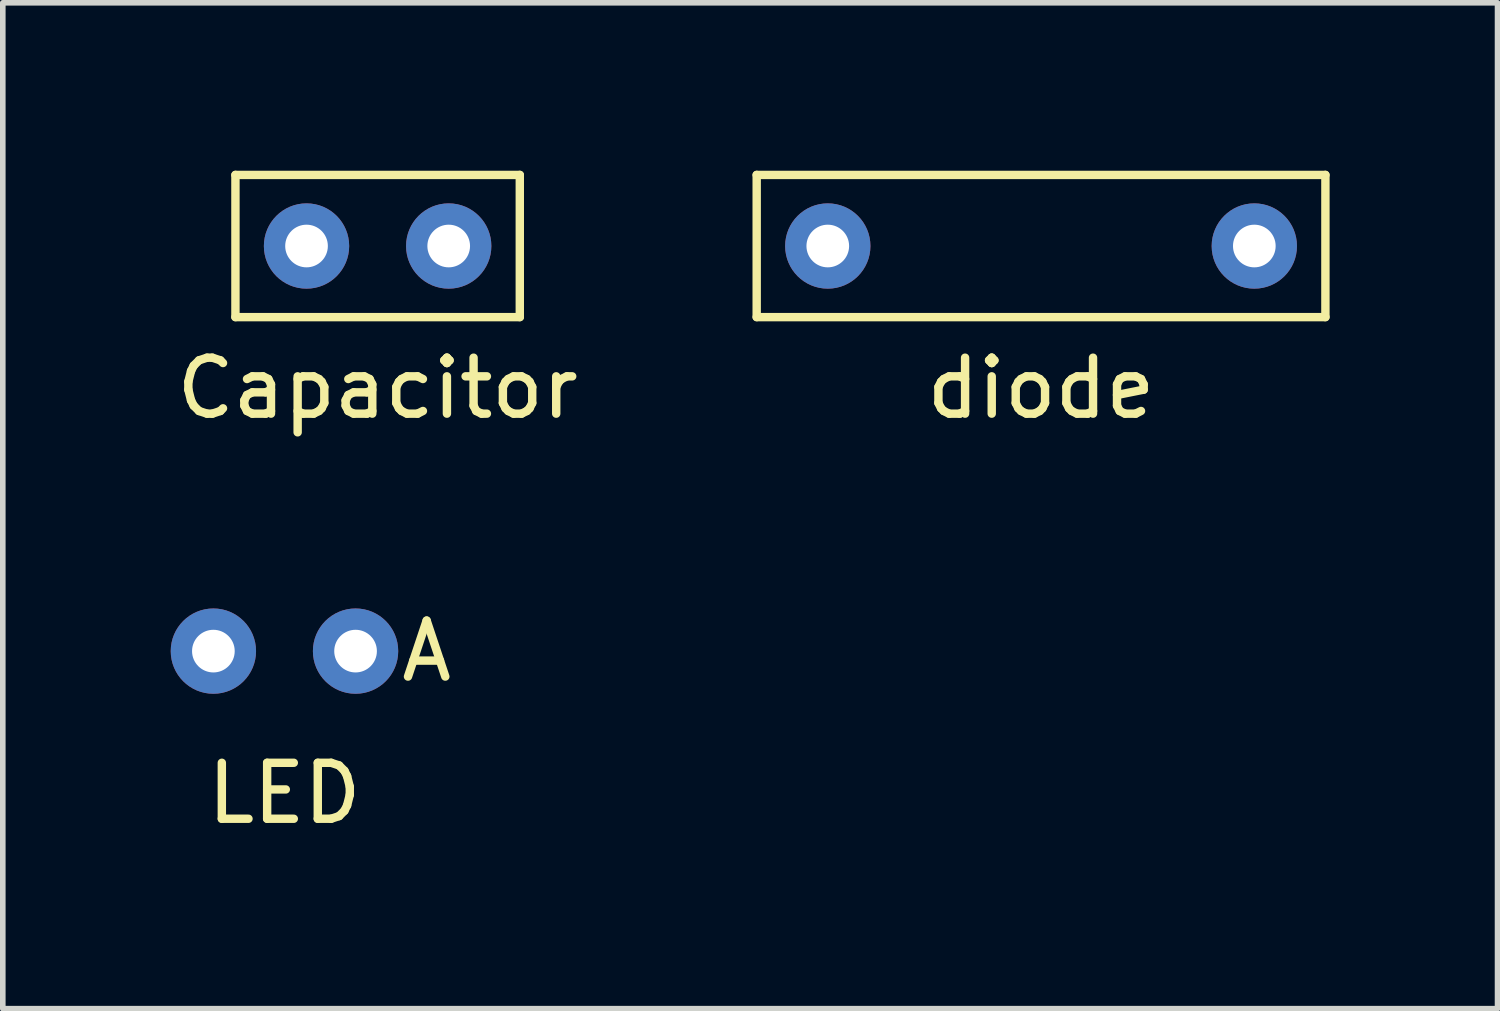
<source format=kicad_pcb>
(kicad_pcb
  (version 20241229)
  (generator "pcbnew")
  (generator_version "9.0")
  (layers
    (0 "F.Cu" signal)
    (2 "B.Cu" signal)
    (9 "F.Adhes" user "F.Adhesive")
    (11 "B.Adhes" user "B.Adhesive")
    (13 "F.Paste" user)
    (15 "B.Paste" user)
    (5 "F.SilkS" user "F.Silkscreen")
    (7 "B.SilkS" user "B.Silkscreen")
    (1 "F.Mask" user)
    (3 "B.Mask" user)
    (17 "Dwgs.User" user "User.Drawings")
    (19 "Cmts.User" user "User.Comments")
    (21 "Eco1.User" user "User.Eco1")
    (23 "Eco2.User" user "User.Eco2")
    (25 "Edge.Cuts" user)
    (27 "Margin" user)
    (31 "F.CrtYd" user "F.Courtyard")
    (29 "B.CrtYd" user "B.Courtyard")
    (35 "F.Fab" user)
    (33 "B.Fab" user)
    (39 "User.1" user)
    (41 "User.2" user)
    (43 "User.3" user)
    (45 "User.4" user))
  (footprint "LED"
    (layer "F.Cu")
    (at 2.032 8.582)
    (property "Reference" "LED" (at 0 2.54 0) (layer "F.SilkS") (effects (font (size 1 1) (thickness 0.15))))
    (attr through_hole)
    (fp_text user "A" (at 2.54 0 0) (layer "F.SilkS") (effects (font (size 1 1) (thickness 0.15))))
    (pad "1" thru_hole circle (at -1.27 0) (size 1.524 1.524) (drill 0.762) (layers "*.Cu" "*.Mask"))
    (pad "2" thru_hole circle (at 1.27 0) (size 1.524 1.524) (drill 0.762) (layers "*.Cu" "*.Mask")))
  (footprint "diode"
    (layer "F.Cu")
    (at 15.548 1.345)
    (property "Reference" "diode" (at 0 2.54 0) (layer "F.SilkS") (effects (font (size 1 1) (thickness 0.15))))
    (attr through_hole)
    (fp_line (start -5.08 -1.27) (end -5.08 1.27) (stroke (width 0.15) (type solid)) (layer "F.SilkS"))
    (fp_line (start -5.08 1.27) (end 5.08 1.27) (stroke (width 0.15) (type solid)) (layer "F.SilkS"))
    (fp_line (start 5.08 -1.27) (end -5.08 -1.27) (stroke (width 0.15) (type solid)) (layer "F.SilkS"))
    (fp_line (start 5.08 1.27) (end 5.08 -1.27) (stroke (width 0.15) (type solid)) (layer "F.SilkS"))
    (pad "1" thru_hole circle (at -3.81 0) (size 1.524 1.524) (drill 0.762) (layers "*.Cu" "*.Mask"))
    (pad "2" thru_hole circle (at 3.81 0) (size 1.524 1.524) (drill 0.762) (layers "*.Cu" "*.Mask")))
  (footprint "Capacitor"
    (layer "F.Cu")
    (at 3.696 1.345)
    (property "Reference" "Capacitor" (at 0 2.54 0) (layer "F.SilkS") (effects (font (size 1 1) (thickness 0.15))))
    (attr through_hole)
    (fp_line (start -2.54 -1.27) (end -2.54 1.27) (stroke (width 0.15) (type solid)) (layer "F.SilkS"))
    (fp_line (start -2.54 1.27) (end 2.54 1.27) (stroke (width 0.15) (type solid)) (layer "F.SilkS"))
    (fp_line (start 2.54 -1.27) (end -2.54 -1.27) (stroke (width 0.15) (type solid)) (layer "F.SilkS"))
    (fp_line (start 2.54 1.27) (end 2.54 -1.27) (stroke (width 0.15) (type solid)) (layer "F.SilkS"))
    (pad "1" thru_hole circle (at -1.27 0) (size 1.524 1.524) (drill 0.762) (layers "*.Cu" "*.Mask"))
    (pad "2" thru_hole circle (at 1.27 0) (size 1.524 1.524) (drill 0.762) (layers "*.Cu" "*.Mask")))
  (gr_rect
    (start -3 -3)
    (end 23.703 14.97)
    (stroke (width 0.1) (type default))
    (fill no)
    (layer "Edge.Cuts")))
</source>
